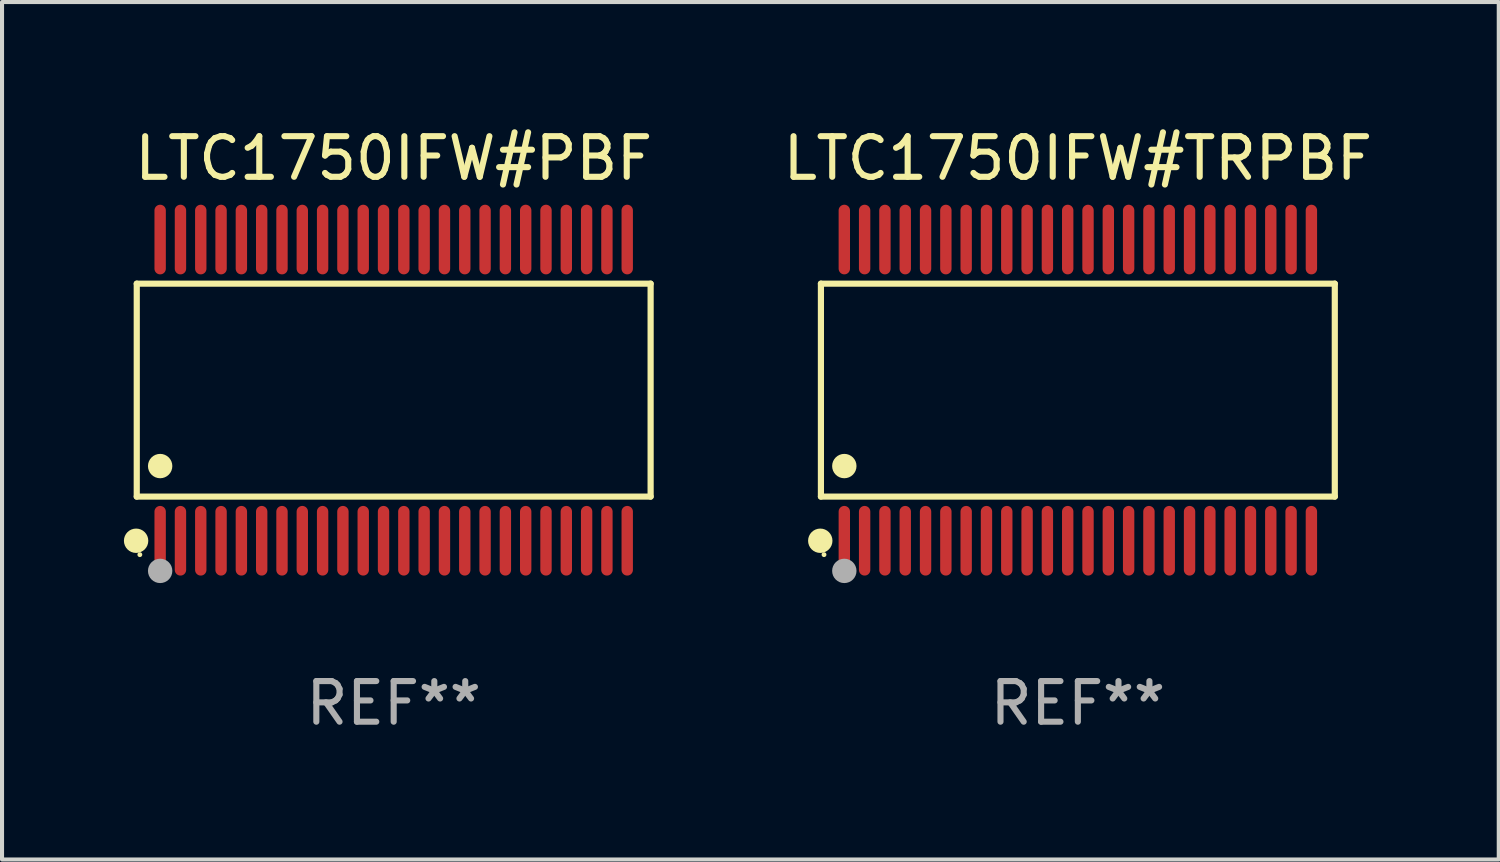
<source format=kicad_pcb>
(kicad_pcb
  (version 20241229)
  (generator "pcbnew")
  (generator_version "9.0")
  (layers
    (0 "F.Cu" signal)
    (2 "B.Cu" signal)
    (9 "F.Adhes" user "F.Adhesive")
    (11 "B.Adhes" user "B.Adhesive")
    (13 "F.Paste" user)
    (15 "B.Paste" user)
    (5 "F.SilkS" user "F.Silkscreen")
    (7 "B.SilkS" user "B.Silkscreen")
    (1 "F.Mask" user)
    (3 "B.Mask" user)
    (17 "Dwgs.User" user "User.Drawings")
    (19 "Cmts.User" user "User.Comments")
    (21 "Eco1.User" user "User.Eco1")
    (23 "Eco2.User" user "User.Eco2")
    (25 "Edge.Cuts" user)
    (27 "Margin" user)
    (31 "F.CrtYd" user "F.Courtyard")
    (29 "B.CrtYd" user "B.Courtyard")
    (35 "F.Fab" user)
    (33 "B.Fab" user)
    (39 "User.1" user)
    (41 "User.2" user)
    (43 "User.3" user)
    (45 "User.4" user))
  (footprint "LTC1750IFW#PBF"
    (layer "F.Cu")
    (at 6.643 6.556)
    (property "Reference" "LTC1750IFW#PBF" (at 0 -5.708 0) (layer "F.SilkS") (effects (font (size 1 1) (thickness 0.15))))
    (attr through_hole)
    (fp_line (start -6.326 -2.622) (end 6.326 -2.622) (stroke (width 0.152) (type solid)) (layer "F.SilkS"))
    (fp_line (start -6.326 2.621) (end -6.326 -2.622) (stroke (width 0.152) (type solid)) (layer "F.SilkS"))
    (fp_line (start 6.326 -2.622) (end 6.326 2.621) (stroke (width 0.152) (type solid)) (layer "F.SilkS"))
    (fp_line (start 6.326 2.621) (end -6.326 2.621) (stroke (width 0.152) (type solid)) (layer "F.SilkS"))
    (fp_circle (center -6.342 3.708) (end -6.192 3.708) (stroke (width 0.3) (type solid)) (fill no) (layer "F.SilkS"))
    (fp_circle (center -6.25 4.05) (end -6.22 4.05) (stroke (width 0.06) (type solid)) (fill no) (layer "F.SilkS"))
    (fp_circle (center -5.75 1.869) (end -5.6 1.869) (stroke (width 0.3) (type solid)) (fill no) (layer "F.SilkS"))
    (fp_circle (center -5.75 4.45) (end -5.6 4.45) (stroke (width 0.3) (type solid)) (fill no) (layer "F.Fab"))
    (fp_text user "REF**" (at 0 7.708 0) (layer "F.Fab") (effects (font (size 1 1) (thickness 0.15))))
    (pad "1" smd oval (at -5.75 3.708) (size 0.28 1.715) (layers "F.Cu" "F.Mask" "F.Paste"))
    (pad "2" smd oval (at -5.25 3.708) (size 0.28 1.715) (layers "F.Cu" "F.Mask" "F.Paste"))
    (pad "3" smd oval (at -4.75 3.708) (size 0.28 1.715) (layers "F.Cu" "F.Mask" "F.Paste"))
    (pad "4" smd oval (at -4.25 3.708) (size 0.28 1.715) (layers "F.Cu" "F.Mask" "F.Paste"))
    (pad "5" smd oval (at -3.75 3.708) (size 0.28 1.715) (layers "F.Cu" "F.Mask" "F.Paste"))
    (pad "6" smd oval (at -3.25 3.708) (size 0.28 1.715) (layers "F.Cu" "F.Mask" "F.Paste"))
    (pad "7" smd oval (at -2.75 3.708) (size 0.28 1.715) (layers "F.Cu" "F.Mask" "F.Paste"))
    (pad "8" smd oval (at -2.25 3.708) (size 0.28 1.715) (layers "F.Cu" "F.Mask" "F.Paste"))
    (pad "9" smd oval (at -1.75 3.708) (size 0.28 1.715) (layers "F.Cu" "F.Mask" "F.Paste"))
    (pad "10" smd oval (at -1.25 3.708) (size 0.28 1.715) (layers "F.Cu" "F.Mask" "F.Paste"))
    (pad "11" smd oval (at -0.75 3.708) (size 0.28 1.715) (layers "F.Cu" "F.Mask" "F.Paste"))
    (pad "12" smd oval (at -0.25 3.708) (size 0.28 1.715) (layers "F.Cu" "F.Mask" "F.Paste"))
    (pad "13" smd oval (at 0.25 3.708) (size 0.28 1.715) (layers "F.Cu" "F.Mask" "F.Paste"))
    (pad "14" smd oval (at 0.75 3.708) (size 0.28 1.715) (layers "F.Cu" "F.Mask" "F.Paste"))
    (pad "15" smd oval (at 1.25 3.708) (size 0.28 1.715) (layers "F.Cu" "F.Mask" "F.Paste"))
    (pad "16" smd oval (at 1.75 3.708) (size 0.28 1.715) (layers "F.Cu" "F.Mask" "F.Paste"))
    (pad "17" smd oval (at 2.25 3.708) (size 0.28 1.715) (layers "F.Cu" "F.Mask" "F.Paste"))
    (pad "18" smd oval (at 2.75 3.708) (size 0.28 1.715) (layers "F.Cu" "F.Mask" "F.Paste"))
    (pad "19" smd oval (at 3.25 3.708) (size 0.28 1.715) (layers "F.Cu" "F.Mask" "F.Paste"))
    (pad "20" smd oval (at 3.75 3.708) (size 0.28 1.715) (layers "F.Cu" "F.Mask" "F.Paste"))
    (pad "21" smd oval (at 4.25 3.708) (size 0.28 1.715) (layers "F.Cu" "F.Mask" "F.Paste"))
    (pad "22" smd oval (at 4.75 3.708) (size 0.28 1.715) (layers "F.Cu" "F.Mask" "F.Paste"))
    (pad "23" smd oval (at 5.25 3.708) (size 0.28 1.715) (layers "F.Cu" "F.Mask" "F.Paste"))
    (pad "24" smd oval (at 5.75 3.708) (size 0.28 1.715) (layers "F.Cu" "F.Mask" "F.Paste"))
    (pad "25" smd oval (at 5.75 -3.708) (size 0.28 1.715) (layers "F.Cu" "F.Mask" "F.Paste"))
    (pad "26" smd oval (at 5.25 -3.708) (size 0.28 1.715) (layers "F.Cu" "F.Mask" "F.Paste"))
    (pad "27" smd oval (at 4.75 -3.708) (size 0.28 1.715) (layers "F.Cu" "F.Mask" "F.Paste"))
    (pad "28" smd oval (at 4.25 -3.708) (size 0.28 1.715) (layers "F.Cu" "F.Mask" "F.Paste"))
    (pad "29" smd oval (at 3.75 -3.708) (size 0.28 1.715) (layers "F.Cu" "F.Mask" "F.Paste"))
    (pad "30" smd oval (at 3.25 -3.708) (size 0.28 1.715) (layers "F.Cu" "F.Mask" "F.Paste"))
    (pad "31" smd oval (at 2.75 -3.708) (size 0.28 1.715) (layers "F.Cu" "F.Mask" "F.Paste"))
    (pad "32" smd oval (at 2.25 -3.708) (size 0.28 1.715) (layers "F.Cu" "F.Mask" "F.Paste"))
    (pad "33" smd oval (at 1.75 -3.708) (size 0.28 1.715) (layers "F.Cu" "F.Mask" "F.Paste"))
    (pad "34" smd oval (at 1.25 -3.708) (size 0.28 1.715) (layers "F.Cu" "F.Mask" "F.Paste"))
    (pad "35" smd oval (at 0.75 -3.708) (size 0.28 1.715) (layers "F.Cu" "F.Mask" "F.Paste"))
    (pad "36" smd oval (at 0.25 -3.708) (size 0.28 1.715) (layers "F.Cu" "F.Mask" "F.Paste"))
    (pad "37" smd oval (at -0.25 -3.708) (size 0.28 1.715) (layers "F.Cu" "F.Mask" "F.Paste"))
    (pad "38" smd oval (at -0.75 -3.708) (size 0.28 1.715) (layers "F.Cu" "F.Mask" "F.Paste"))
    (pad "39" smd oval (at -1.25 -3.708) (size 0.28 1.715) (layers "F.Cu" "F.Mask" "F.Paste"))
    (pad "40" smd oval (at -1.75 -3.708) (size 0.28 1.715) (layers "F.Cu" "F.Mask" "F.Paste"))
    (pad "41" smd oval (at -2.25 -3.708) (size 0.28 1.715) (layers "F.Cu" "F.Mask" "F.Paste"))
    (pad "42" smd oval (at -2.75 -3.708) (size 0.28 1.715) (layers "F.Cu" "F.Mask" "F.Paste"))
    (pad "43" smd oval (at -3.25 -3.708) (size 0.28 1.715) (layers "F.Cu" "F.Mask" "F.Paste"))
    (pad "44" smd oval (at -3.75 -3.708) (size 0.28 1.715) (layers "F.Cu" "F.Mask" "F.Paste"))
    (pad "45" smd oval (at -4.25 -3.708) (size 0.28 1.715) (layers "F.Cu" "F.Mask" "F.Paste"))
    (pad "46" smd oval (at -4.75 -3.708) (size 0.28 1.715) (layers "F.Cu" "F.Mask" "F.Paste"))
    (pad "47" smd oval (at -5.25 -3.708) (size 0.28 1.715) (layers "F.Cu" "F.Mask" "F.Paste"))
    (pad "48" smd oval (at -5.75 -3.708) (size 0.28 1.715) (layers "F.Cu" "F.Mask" "F.Paste")))
  (footprint "LTC1750IFW#TRPBF"
    (layer "F.Cu")
    (at 23.488 6.556)
    (property "Reference" "LTC1750IFW#TRPBF" (at 0 -5.708 0) (layer "F.SilkS") (effects (font (size 1 1) (thickness 0.15))))
    (attr through_hole)
    (fp_line (start -6.326 -2.622) (end 6.326 -2.622) (stroke (width 0.152) (type solid)) (layer "F.SilkS"))
    (fp_line (start -6.326 2.621) (end -6.326 -2.622) (stroke (width 0.152) (type solid)) (layer "F.SilkS"))
    (fp_line (start 6.326 -2.622) (end 6.326 2.621) (stroke (width 0.152) (type solid)) (layer "F.SilkS"))
    (fp_line (start 6.326 2.621) (end -6.326 2.621) (stroke (width 0.152) (type solid)) (layer "F.SilkS"))
    (fp_circle (center -6.342 3.708) (end -6.192 3.708) (stroke (width 0.3) (type solid)) (fill no) (layer "F.SilkS"))
    (fp_circle (center -6.25 4.05) (end -6.22 4.05) (stroke (width 0.06) (type solid)) (fill no) (layer "F.SilkS"))
    (fp_circle (center -5.75 1.869) (end -5.6 1.869) (stroke (width 0.3) (type solid)) (fill no) (layer "F.SilkS"))
    (fp_circle (center -5.75 4.45) (end -5.6 4.45) (stroke (width 0.3) (type solid)) (fill no) (layer "F.Fab"))
    (fp_text user "REF**" (at 0 7.708 0) (layer "F.Fab") (effects (font (size 1 1) (thickness 0.15))))
    (pad "1" smd oval (at -5.75 3.708) (size 0.28 1.715) (layers "F.Cu" "F.Mask" "F.Paste"))
    (pad "2" smd oval (at -5.25 3.708) (size 0.28 1.715) (layers "F.Cu" "F.Mask" "F.Paste"))
    (pad "3" smd oval (at -4.75 3.708) (size 0.28 1.715) (layers "F.Cu" "F.Mask" "F.Paste"))
    (pad "4" smd oval (at -4.25 3.708) (size 0.28 1.715) (layers "F.Cu" "F.Mask" "F.Paste"))
    (pad "5" smd oval (at -3.75 3.708) (size 0.28 1.715) (layers "F.Cu" "F.Mask" "F.Paste"))
    (pad "6" smd oval (at -3.25 3.708) (size 0.28 1.715) (layers "F.Cu" "F.Mask" "F.Paste"))
    (pad "7" smd oval (at -2.75 3.708) (size 0.28 1.715) (layers "F.Cu" "F.Mask" "F.Paste"))
    (pad "8" smd oval (at -2.25 3.708) (size 0.28 1.715) (layers "F.Cu" "F.Mask" "F.Paste"))
    (pad "9" smd oval (at -1.75 3.708) (size 0.28 1.715) (layers "F.Cu" "F.Mask" "F.Paste"))
    (pad "10" smd oval (at -1.25 3.708) (size 0.28 1.715) (layers "F.Cu" "F.Mask" "F.Paste"))
    (pad "11" smd oval (at -0.75 3.708) (size 0.28 1.715) (layers "F.Cu" "F.Mask" "F.Paste"))
    (pad "12" smd oval (at -0.25 3.708) (size 0.28 1.715) (layers "F.Cu" "F.Mask" "F.Paste"))
    (pad "13" smd oval (at 0.25 3.708) (size 0.28 1.715) (layers "F.Cu" "F.Mask" "F.Paste"))
    (pad "14" smd oval (at 0.75 3.708) (size 0.28 1.715) (layers "F.Cu" "F.Mask" "F.Paste"))
    (pad "15" smd oval (at 1.25 3.708) (size 0.28 1.715) (layers "F.Cu" "F.Mask" "F.Paste"))
    (pad "16" smd oval (at 1.75 3.708) (size 0.28 1.715) (layers "F.Cu" "F.Mask" "F.Paste"))
    (pad "17" smd oval (at 2.25 3.708) (size 0.28 1.715) (layers "F.Cu" "F.Mask" "F.Paste"))
    (pad "18" smd oval (at 2.75 3.708) (size 0.28 1.715) (layers "F.Cu" "F.Mask" "F.Paste"))
    (pad "19" smd oval (at 3.25 3.708) (size 0.28 1.715) (layers "F.Cu" "F.Mask" "F.Paste"))
    (pad "20" smd oval (at 3.75 3.708) (size 0.28 1.715) (layers "F.Cu" "F.Mask" "F.Paste"))
    (pad "21" smd oval (at 4.25 3.708) (size 0.28 1.715) (layers "F.Cu" "F.Mask" "F.Paste"))
    (pad "22" smd oval (at 4.75 3.708) (size 0.28 1.715) (layers "F.Cu" "F.Mask" "F.Paste"))
    (pad "23" smd oval (at 5.25 3.708) (size 0.28 1.715) (layers "F.Cu" "F.Mask" "F.Paste"))
    (pad "24" smd oval (at 5.75 3.708) (size 0.28 1.715) (layers "F.Cu" "F.Mask" "F.Paste"))
    (pad "25" smd oval (at 5.75 -3.708) (size 0.28 1.715) (layers "F.Cu" "F.Mask" "F.Paste"))
    (pad "26" smd oval (at 5.25 -3.708) (size 0.28 1.715) (layers "F.Cu" "F.Mask" "F.Paste"))
    (pad "27" smd oval (at 4.75 -3.708) (size 0.28 1.715) (layers "F.Cu" "F.Mask" "F.Paste"))
    (pad "28" smd oval (at 4.25 -3.708) (size 0.28 1.715) (layers "F.Cu" "F.Mask" "F.Paste"))
    (pad "29" smd oval (at 3.75 -3.708) (size 0.28 1.715) (layers "F.Cu" "F.Mask" "F.Paste"))
    (pad "30" smd oval (at 3.25 -3.708) (size 0.28 1.715) (layers "F.Cu" "F.Mask" "F.Paste"))
    (pad "31" smd oval (at 2.75 -3.708) (size 0.28 1.715) (layers "F.Cu" "F.Mask" "F.Paste"))
    (pad "32" smd oval (at 2.25 -3.708) (size 0.28 1.715) (layers "F.Cu" "F.Mask" "F.Paste"))
    (pad "33" smd oval (at 1.75 -3.708) (size 0.28 1.715) (layers "F.Cu" "F.Mask" "F.Paste"))
    (pad "34" smd oval (at 1.25 -3.708) (size 0.28 1.715) (layers "F.Cu" "F.Mask" "F.Paste"))
    (pad "35" smd oval (at 0.75 -3.708) (size 0.28 1.715) (layers "F.Cu" "F.Mask" "F.Paste"))
    (pad "36" smd oval (at 0.25 -3.708) (size 0.28 1.715) (layers "F.Cu" "F.Mask" "F.Paste"))
    (pad "37" smd oval (at -0.25 -3.708) (size 0.28 1.715) (layers "F.Cu" "F.Mask" "F.Paste"))
    (pad "38" smd oval (at -0.75 -3.708) (size 0.28 1.715) (layers "F.Cu" "F.Mask" "F.Paste"))
    (pad "39" smd oval (at -1.25 -3.708) (size 0.28 1.715) (layers "F.Cu" "F.Mask" "F.Paste"))
    (pad "40" smd oval (at -1.75 -3.708) (size 0.28 1.715) (layers "F.Cu" "F.Mask" "F.Paste"))
    (pad "41" smd oval (at -2.25 -3.708) (size 0.28 1.715) (layers "F.Cu" "F.Mask" "F.Paste"))
    (pad "42" smd oval (at -2.75 -3.708) (size 0.28 1.715) (layers "F.Cu" "F.Mask" "F.Paste"))
    (pad "43" smd oval (at -3.25 -3.708) (size 0.28 1.715) (layers "F.Cu" "F.Mask" "F.Paste"))
    (pad "44" smd oval (at -3.75 -3.708) (size 0.28 1.715) (layers "F.Cu" "F.Mask" "F.Paste"))
    (pad "45" smd oval (at -4.25 -3.708) (size 0.28 1.715) (layers "F.Cu" "F.Mask" "F.Paste"))
    (pad "46" smd oval (at -4.75 -3.708) (size 0.28 1.715) (layers "F.Cu" "F.Mask" "F.Paste"))
    (pad "47" smd oval (at -5.25 -3.708) (size 0.28 1.715) (layers "F.Cu" "F.Mask" "F.Paste"))
    (pad "48" smd oval (at -5.75 -3.708) (size 0.28 1.715) (layers "F.Cu" "F.Mask" "F.Paste")))
  (gr_rect
    (start -3 -3)
    (end 33.851 18.112)
    (stroke (width 0.1) (type default))
    (fill no)
    (layer "Edge.Cuts")))
</source>
